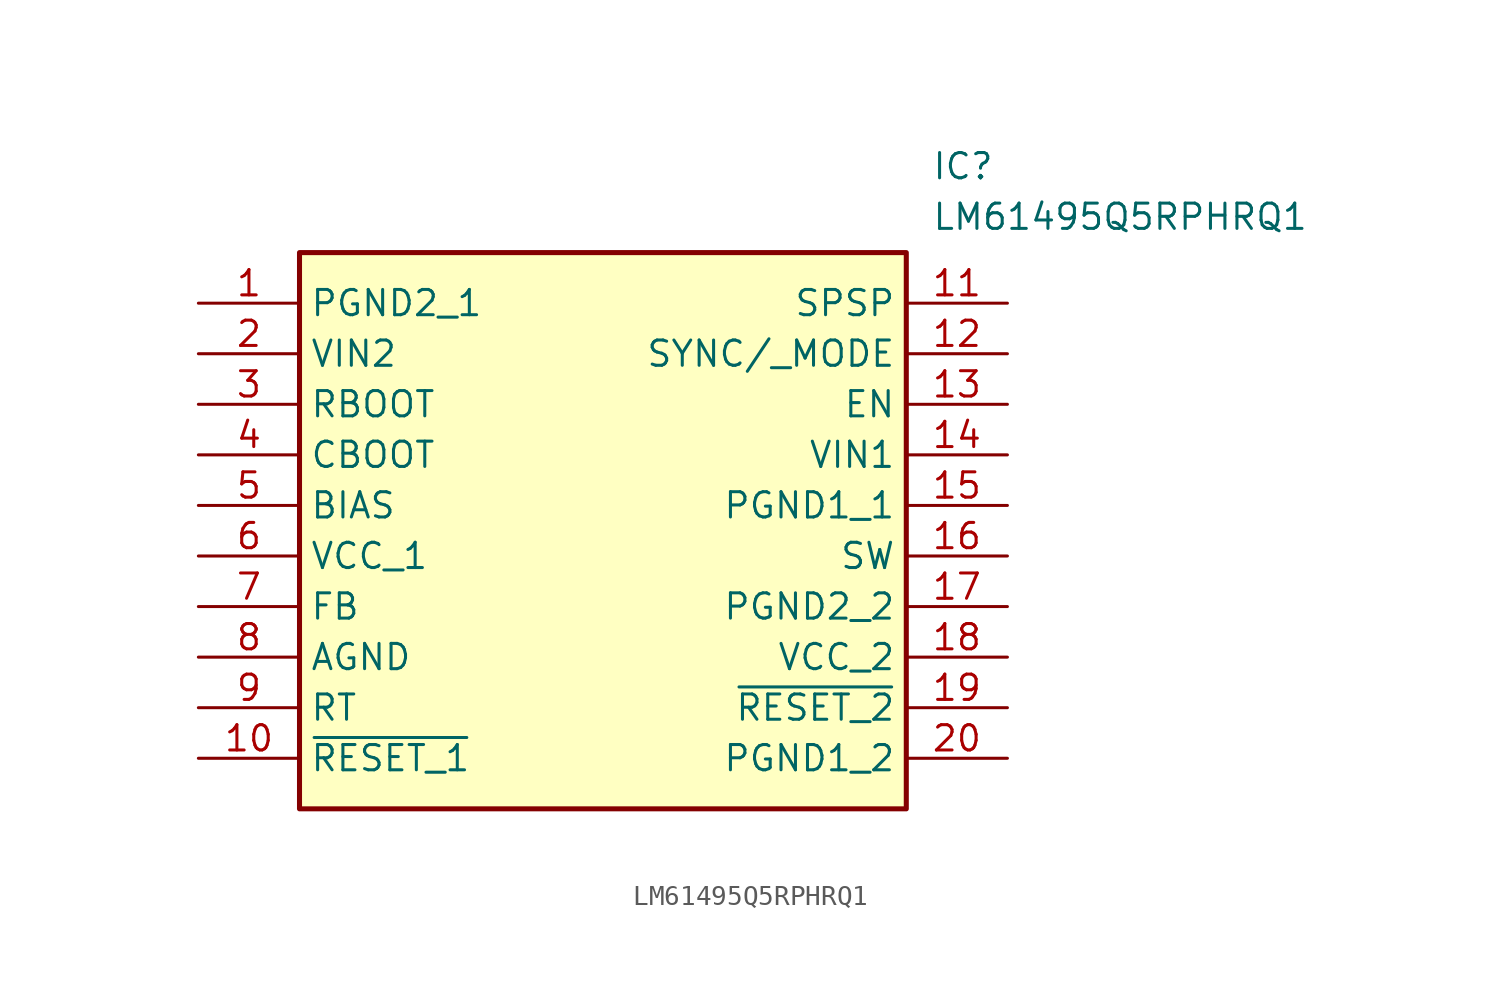
<source format=kicad_sym>
(kicad_symbol_lib
  (version 20211014)
  (generator SamacSys_ECAD_Model)
  (symbol "LM61495Q5RPHRQ1"
    (property "Reference" "IC"
      (at 36.83 7.62 0)
      (effects (font (size 1.27 1.27)) (justify left top)))
    (property "Value" "LM61495Q5RPHRQ1"
      (at 36.83 5.08 0)
      (effects (font (size 1.27 1.27)) (justify left top)))
    (rectangle
      (start 5.08 2.54)
      (end 35.56 -25.4)
      (stroke (width 0.254) (type default))
      (fill (type background)))
    (pin passive line
      (at 0 0 0)
      (length 5.08)
      (name "PGND2_1" (effects (font (size 1.27 1.27))))
      (number "1" (effects (font (size 1.27 1.27)))))
    (pin passive line
      (at 0 -2.54 0)
      (length 5.08)
      (name "VIN2" (effects (font (size 1.27 1.27))))
      (number "2" (effects (font (size 1.27 1.27)))))
    (pin passive line
      (at 0 -5.08 0)
      (length 5.08)
      (name "RBOOT" (effects (font (size 1.27 1.27))))
      (number "3" (effects (font (size 1.27 1.27)))))
    (pin passive line
      (at 0 -7.62 0)
      (length 5.08)
      (name "CBOOT" (effects (font (size 1.27 1.27))))
      (number "4" (effects (font (size 1.27 1.27)))))
    (pin passive line
      (at 0 -10.16 0)
      (length 5.08)
      (name "BIAS" (effects (font (size 1.27 1.27))))
      (number "5" (effects (font (size 1.27 1.27)))))
    (pin passive line
      (at 0 -12.7 0)
      (length 5.08)
      (name "VCC_1" (effects (font (size 1.27 1.27))))
      (number "6" (effects (font (size 1.27 1.27)))))
    (pin passive line
      (at 0 -15.24 0)
      (length 5.08)
      (name "FB" (effects (font (size 1.27 1.27))))
      (number "7" (effects (font (size 1.27 1.27)))))
    (pin passive line
      (at 0 -17.78 0)
      (length 5.08)
      (name "AGND" (effects (font (size 1.27 1.27))))
      (number "8" (effects (font (size 1.27 1.27)))))
    (pin passive line
      (at 0 -20.32 0)
      (length 5.08)
      (name "RT" (effects (font (size 1.27 1.27))))
      (number "9" (effects (font (size 1.27 1.27)))))
    (pin passive line
      (at 0 -22.86 0)
      (length 5.08)
      (name "~{RESET_1}" (effects (font (size 1.27 1.27))))
      (number "10" (effects (font (size 1.27 1.27)))))
    (pin passive line
      (at 40.64 0 180)
      (length 5.08)
      (name "SPSP" (effects (font (size 1.27 1.27))))
      (number "11" (effects (font (size 1.27 1.27)))))
    (pin passive line
      (at 40.64 -2.54 180)
      (length 5.08)
      (name "SYNC/_MODE" (effects (font (size 1.27 1.27))))
      (number "12" (effects (font (size 1.27 1.27)))))
    (pin passive line
      (at 40.64 -5.08 180)
      (length 5.08)
      (name "EN" (effects (font (size 1.27 1.27))))
      (number "13" (effects (font (size 1.27 1.27)))))
    (pin passive line
      (at 40.64 -7.62 180)
      (length 5.08)
      (name "VIN1" (effects (font (size 1.27 1.27))))
      (number "14" (effects (font (size 1.27 1.27)))))
    (pin passive line
      (at 40.64 -10.16 180)
      (length 5.08)
      (name "PGND1_1" (effects (font (size 1.27 1.27))))
      (number "15" (effects (font (size 1.27 1.27)))))
    (pin passive line
      (at 40.64 -12.7 180)
      (length 5.08)
      (name "SW" (effects (font (size 1.27 1.27))))
      (number "16" (effects (font (size 1.27 1.27)))))
    (pin passive line
      (at 40.64 -15.24 180)
      (length 5.08)
      (name "PGND2_2" (effects (font (size 1.27 1.27))))
      (number "17" (effects (font (size 1.27 1.27)))))
    (pin passive line
      (at 40.64 -17.78 180)
      (length 5.08)
      (name "VCC_2" (effects (font (size 1.27 1.27))))
      (number "18" (effects (font (size 1.27 1.27)))))
    (pin passive line
      (at 40.64 -20.32 180)
      (length 5.08)
      (name "~{RESET_2}" (effects (font (size 1.27 1.27))))
      (number "19" (effects (font (size 1.27 1.27)))))
    (pin passive line
      (at 40.64 -22.86 180)
      (length 5.08)
      (name "PGND1_2" (effects (font (size 1.27 1.27))))
      (number "20" (effects (font (size 1.27 1.27)))))))
</source>
